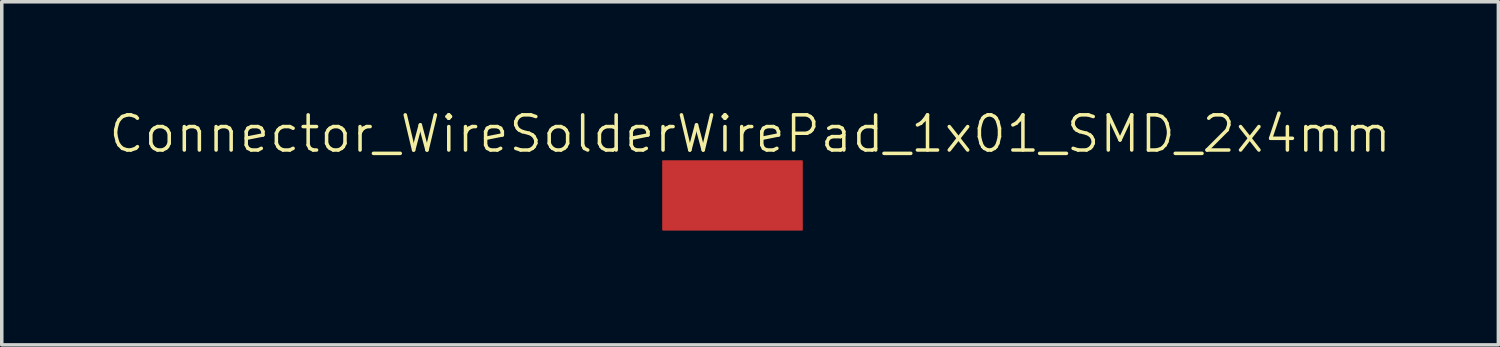
<source format=kicad_pcb>
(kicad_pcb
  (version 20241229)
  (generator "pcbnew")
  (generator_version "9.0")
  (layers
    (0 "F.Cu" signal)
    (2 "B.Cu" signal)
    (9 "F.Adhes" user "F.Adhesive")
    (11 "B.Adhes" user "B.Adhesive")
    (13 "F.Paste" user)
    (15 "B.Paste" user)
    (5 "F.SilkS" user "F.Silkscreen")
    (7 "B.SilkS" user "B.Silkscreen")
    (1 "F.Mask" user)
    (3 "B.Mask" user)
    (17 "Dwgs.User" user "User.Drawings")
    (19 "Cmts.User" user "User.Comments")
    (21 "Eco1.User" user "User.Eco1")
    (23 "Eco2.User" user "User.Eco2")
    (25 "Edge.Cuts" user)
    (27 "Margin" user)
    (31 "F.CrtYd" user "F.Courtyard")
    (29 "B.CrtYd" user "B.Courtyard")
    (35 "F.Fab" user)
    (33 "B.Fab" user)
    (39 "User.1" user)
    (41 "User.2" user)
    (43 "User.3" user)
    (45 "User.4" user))
  (footprint "Connector_WireSolderWirePad_1x01_SMD_2x4mm"
    (layer "F.Cu")
    (at 15.788 3.51)
    (property "Reference" "Connector_WireSolderWirePad_1x01_SMD_2x4mm" (at 2.5 -2.75 0) (unlocked yes) (layer "F.SilkS") (effects (font (size 1 1) (thickness 0.1))))
    (attr smd)
    (pad "1" smd roundrect (at 2 -1) (size 4 2) (layers "F.Cu" "F.Mask" "F.Paste") (roundrect_rratio 0.01)))
  (gr_rect
    (start -3 -3)
    (end 39.576 6.761)
    (stroke (width 0.1) (type default))
    (fill no)
    (layer "Edge.Cuts")))
</source>
